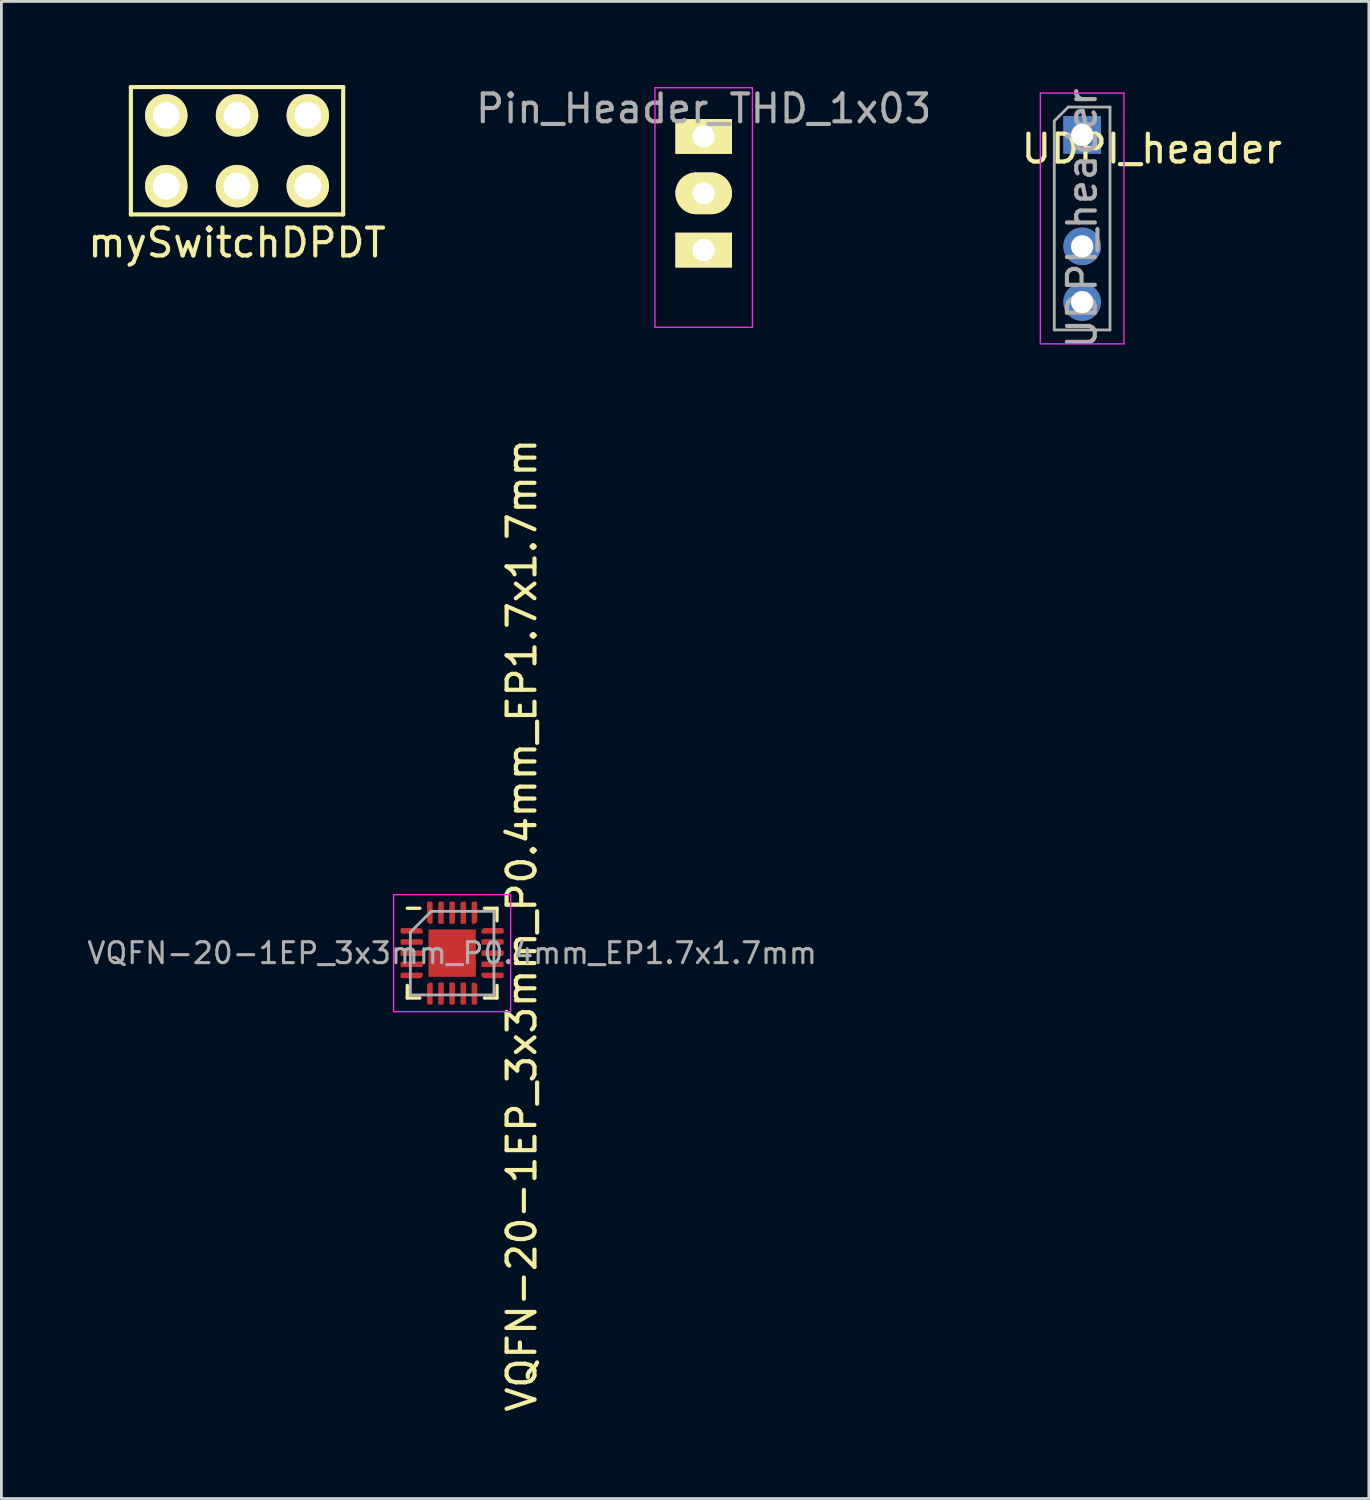
<source format=kicad_pcb>
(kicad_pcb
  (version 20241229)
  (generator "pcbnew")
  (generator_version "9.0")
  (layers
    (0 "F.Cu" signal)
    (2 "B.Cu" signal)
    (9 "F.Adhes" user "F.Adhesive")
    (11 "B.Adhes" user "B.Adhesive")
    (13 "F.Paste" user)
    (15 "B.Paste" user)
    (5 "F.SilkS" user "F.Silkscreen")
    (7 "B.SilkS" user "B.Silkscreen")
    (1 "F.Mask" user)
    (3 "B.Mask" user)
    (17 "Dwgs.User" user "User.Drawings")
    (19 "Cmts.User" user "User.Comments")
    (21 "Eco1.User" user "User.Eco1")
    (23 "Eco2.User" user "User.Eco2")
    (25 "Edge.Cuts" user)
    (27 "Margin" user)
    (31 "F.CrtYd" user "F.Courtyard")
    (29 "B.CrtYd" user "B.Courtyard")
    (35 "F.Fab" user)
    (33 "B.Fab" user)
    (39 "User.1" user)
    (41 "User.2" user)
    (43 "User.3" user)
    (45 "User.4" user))
  (footprint "UDPI_header"
    (layer "F.Cu")
    (at 35.792 1.792)
    (property "Reference" "UDPI_header" (at 2.5 0.5 0) (layer "F.SilkS") (effects (font (size 1 1) (thickness 0.15))))
    (attr through_hole)
    (fp_line (start -1.5 -1.5) (end -1.5 7.5) (stroke (width 0.05) (type solid)) (layer "F.CrtYd"))
    (fp_line (start -1.5 7.5) (end 1.5 7.5) (stroke (width 0.05) (type solid)) (layer "F.CrtYd"))
    (fp_line (start 1.5 -1.5) (end -1.5 -1.5) (stroke (width 0.05) (type solid)) (layer "F.CrtYd"))
    (fp_line (start 1.5 7.5) (end 1.5 -1.5) (stroke (width 0.05) (type solid)) (layer "F.CrtYd"))
    (fp_line (start -1 -0.5) (end -0.5 -1) (stroke (width 0.1) (type solid)) (layer "F.Fab"))
    (fp_line (start -1 7) (end -1 -0.5) (stroke (width 0.1) (type solid)) (layer "F.Fab"))
    (fp_line (start -0.5 -1) (end 1 -1) (stroke (width 0.1) (type solid)) (layer "F.Fab"))
    (fp_line (start 1 -1) (end 1 7) (stroke (width 0.1) (type solid)) (layer "F.Fab"))
    (fp_line (start 1 7) (end -1 7) (stroke (width 0.1) (type solid)) (layer "F.Fab"))
    (fp_text user "${REFERENCE}" (at 0 3 270) (layer "F.Fab") (effects (font (size 1 1) (thickness 0.15))))
    (pad "1" thru_hole rect (at 0 0) (size 1.35 1.35) (drill 0.8) (layers "*.Cu" "*.Mask"))
    (pad "3" thru_hole oval (at 0 4) (size 1.35 1.35) (drill 0.8) (layers "*.Cu" "*.Mask"))
    (pad "4" thru_hole oval (at 0 6) (size 1.35 1.35) (drill 0.8) (layers "*.Cu" "*.Mask")))
  (footprint "mySwitchDPDT"
    (layer "F.Cu")
    (at 5.458 2.361)
    (property "Reference" "mySwitchDPDT" (at 0 3.302 0) (layer "F.SilkS") (effects (font (size 1 1) (thickness 0.15))))
    (attr through_hole)
    (fp_line (start -3.81 -2.286) (end -3.81 2.286) (stroke (width 0.15) (type solid)) (layer "F.SilkS"))
    (fp_line (start -3.81 -2.286) (end 3.81 -2.286) (stroke (width 0.15) (type solid)) (layer "F.SilkS"))
    (fp_line (start 3.81 -2.286) (end 3.81 2.286) (stroke (width 0.15) (type solid)) (layer "F.SilkS"))
    (fp_line (start 3.81 2.286) (end -3.81 2.286) (stroke (width 0.15) (type solid)) (layer "F.SilkS"))
    (pad "1" thru_hole circle (at -2.54 1.27) (size 1.524 1.524) (drill 0.965) (layers "*.Cu" "*.Mask" "F.SilkS"))
    (pad "2" thru_hole circle (at 0 1.27) (size 1.524 1.524) (drill 0.965) (layers "*.Cu" "*.Mask" "F.SilkS"))
    (pad "3" thru_hole circle (at 2.54 1.27) (size 1.524 1.524) (drill 0.965) (layers "*.Cu" "*.Mask" "F.SilkS"))
    (pad "4" thru_hole circle (at 2.54 -1.27) (size 1.524 1.524) (drill 0.965) (layers "*.Cu" "*.Mask" "F.SilkS"))
    (pad "5" thru_hole circle (at 0 -1.27) (size 1.524 1.524) (drill 0.965) (layers "*.Cu" "*.Mask" "F.SilkS"))
    (pad "6" thru_hole circle (at -2.54 -1.27) (size 1.524 1.524) (drill 0.965) (layers "*.Cu" "*.Mask" "F.SilkS")))
  (footprint "Pin_Header_THD_1x03"
    (layer "F.Cu")
    (at 22.208 1.848)
    (property "Reference" "Pin_Header_THD_1x03" (at 0 -1 0) (layer "F.Fab") (effects (font (size 1 1) (thickness 0.15))))
    (attr through_hole)
    (fp_line (start -1.75 -1.75) (end -1.75 6.85) (stroke (width 0.05) (type solid)) (layer "F.CrtYd"))
    (fp_line (start -1.75 -1.75) (end 1.75 -1.75) (stroke (width 0.05) (type solid)) (layer "F.CrtYd"))
    (fp_line (start -1.75 6.85) (end 1.75 6.85) (stroke (width 0.05) (type solid)) (layer "F.CrtYd"))
    (fp_line (start 1.75 -1.75) (end 1.75 6.85) (stroke (width 0.05) (type solid)) (layer "F.CrtYd"))
    (pad "1" thru_hole rect (at 0 0) (size 2.032 1.25) (drill 0.8) (layers "*.Cu" "*.Mask" "F.SilkS"))
    (pad "2" thru_hole oval (at 0 2.04) (size 2.032 1.5) (drill 0.8) (layers "*.Cu" "*.Mask" "F.SilkS"))
    (pad "3" thru_hole rect (at 0 4.08) (size 2.032 1.25) (drill 0.8) (layers "*.Cu" "*.Mask" "F.SilkS")))
  (footprint "VQFN-20-1EP_3x3mm_P0.4mm_EP1.7x1.7mm"
    (layer "F.Cu")
    (at 13.179 31.161)
    (property "Reference" "VQFN-20-1EP_3x3mm_P0.4mm_EP1.7x1.7mm" (at 2.5 -1 90) (layer "F.SilkS") (effects (font (size 1 1) (thickness 0.15))))
    (attr smd)
    (fp_line (start -1.61 1.61) (end -1.61 1.16) (stroke (width 0.12) (type solid)) (layer "F.SilkS"))
    (fp_line (start -1.16 -1.61) (end -1.61 -1.61) (stroke (width 0.12) (type solid)) (layer "F.SilkS"))
    (fp_line (start -1.16 1.61) (end -1.61 1.61) (stroke (width 0.12) (type solid)) (layer "F.SilkS"))
    (fp_line (start 1.16 -1.61) (end 1.61 -1.61) (stroke (width 0.12) (type solid)) (layer "F.SilkS"))
    (fp_line (start 1.16 1.61) (end 1.61 1.61) (stroke (width 0.12) (type solid)) (layer "F.SilkS"))
    (fp_line (start 1.61 -1.61) (end 1.61 -1.16) (stroke (width 0.12) (type solid)) (layer "F.SilkS"))
    (fp_line (start 1.61 1.61) (end 1.61 1.16) (stroke (width 0.12) (type solid)) (layer "F.SilkS"))
    (fp_line (start -2.1 -2.1) (end -2.1 2.1) (stroke (width 0.05) (type solid)) (layer "F.CrtYd"))
    (fp_line (start -2.1 2.1) (end 2.1 2.1) (stroke (width 0.05) (type solid)) (layer "F.CrtYd"))
    (fp_line (start 2.1 -2.1) (end -2.1 -2.1) (stroke (width 0.05) (type solid)) (layer "F.CrtYd"))
    (fp_line (start 2.1 2.1) (end 2.1 -2.1) (stroke (width 0.05) (type solid)) (layer "F.CrtYd"))
    (fp_line (start -1.5 -0.75) (end -0.75 -1.5) (stroke (width 0.1) (type solid)) (layer "F.Fab"))
    (fp_line (start -1.5 1.5) (end -1.5 -0.75) (stroke (width 0.1) (type solid)) (layer "F.Fab"))
    (fp_line (start -0.75 -1.5) (end 1.5 -1.5) (stroke (width 0.1) (type solid)) (layer "F.Fab"))
    (fp_line (start 1.5 -1.5) (end 1.5 1.5) (stroke (width 0.1) (type solid)) (layer "F.Fab"))
    (fp_line (start 1.5 1.5) (end -1.5 1.5) (stroke (width 0.1) (type solid)) (layer "F.Fab"))
    (fp_text user "${REFERENCE}" (at 0 0 0) (layer "F.Fab") (effects (font (size 0.75 0.75) (thickness 0.11))))
    (pad "" smd roundrect (at -0.425 -0.425) (size 0.69 0.69) (layers "F.Paste") (roundrect_rratio 0.25))
    (pad "" smd roundrect (at -0.425 0.425) (size 0.69 0.69) (layers "F.Paste") (roundrect_rratio 0.25))
    (pad "" smd roundrect (at 0.425 -0.425) (size 0.69 0.69) (layers "F.Paste") (roundrect_rratio 0.25))
    (pad "" smd roundrect (at 0.425 0.425) (size 0.69 0.69) (layers "F.Paste") (roundrect_rratio 0.25))
    (pad "1" smd custom (at -1.45 -0.8) (size 0.143 0.143) (layers "F.Cu" "F.Mask" "F.Paste") (options (anchor circle)) (primitives (gr_poly (pts (xy -0.35 -0.05) (xy 0.299 -0.05) (xy 0.35 0.001) (xy 0.35 0.05) (xy -0.35 0.05)) (width 0.1) (fill yes))))
    (pad "2" smd roundrect (at -1.45 -0.4) (size 0.8 0.2) (layers "F.Cu" "F.Mask" "F.Paste") (roundrect_rratio 0.25))
    (pad "3" smd roundrect (at -1.45 0) (size 0.8 0.2) (layers "F.Cu" "F.Mask" "F.Paste") (roundrect_rratio 0.25))
    (pad "4" smd roundrect (at -1.45 0.4) (size 0.8 0.2) (layers "F.Cu" "F.Mask" "F.Paste") (roundrect_rratio 0.25))
    (pad "5" smd custom (at -1.45 0.8) (size 0.143 0.143) (layers "F.Cu" "F.Mask" "F.Paste") (options (anchor circle)) (primitives (gr_poly (pts (xy -0.35 -0.05) (xy 0.35 -0.05) (xy 0.35 -0.001) (xy 0.299 0.05) (xy -0.35 0.05)) (width 0.1) (fill yes))))
    (pad "6" smd custom (at -0.8 1.45) (size 0.143 0.143) (layers "F.Cu" "F.Mask" "F.Paste") (options (anchor circle)) (primitives (gr_poly (pts (xy -0.05 -0.299) (xy 0.001 -0.35) (xy 0.05 -0.35) (xy 0.05 0.35) (xy -0.05 0.35)) (width 0.1) (fill yes))))
    (pad "7" smd roundrect (at -0.4 1.45) (size 0.2 0.8) (layers "F.Cu" "F.Mask" "F.Paste") (roundrect_rratio 0.25))
    (pad "8" smd roundrect (at 0 1.45) (size 0.2 0.8) (layers "F.Cu" "F.Mask" "F.Paste") (roundrect_rratio 0.25))
    (pad "9" smd roundrect (at 0.4 1.45) (size 0.2 0.8) (layers "F.Cu" "F.Mask" "F.Paste") (roundrect_rratio 0.25))
    (pad "10" smd custom (at 0.8 1.45) (size 0.143 0.143) (layers "F.Cu" "F.Mask" "F.Paste") (options (anchor circle)) (primitives (gr_poly (pts (xy -0.05 -0.35) (xy -0.001 -0.35) (xy 0.05 -0.299) (xy 0.05 0.35) (xy -0.05 0.35)) (width 0.1) (fill yes))))
    (pad "11" smd custom (at 1.45 0.8) (size 0.143 0.143) (layers "F.Cu" "F.Mask" "F.Paste") (options (anchor circle)) (primitives (gr_poly (pts (xy -0.35 -0.05) (xy 0.35 -0.05) (xy 0.35 0.05) (xy -0.299 0.05) (xy -0.35 -0.001)) (width 0.1) (fill yes))))
    (pad "12" smd roundrect (at 1.45 0.4) (size 0.8 0.2) (layers "F.Cu" "F.Mask" "F.Paste") (roundrect_rratio 0.25))
    (pad "13" smd roundrect (at 1.45 0) (size 0.8 0.2) (layers "F.Cu" "F.Mask" "F.Paste") (roundrect_rratio 0.25))
    (pad "14" smd roundrect (at 1.45 -0.4) (size 0.8 0.2) (layers "F.Cu" "F.Mask" "F.Paste") (roundrect_rratio 0.25))
    (pad "15" smd custom (at 1.45 -0.8) (size 0.143 0.143) (layers "F.Cu" "F.Mask" "F.Paste") (options (anchor circle)) (primitives (gr_poly (pts (xy -0.35 0.001) (xy -0.299 -0.05) (xy 0.35 -0.05) (xy 0.35 0.05) (xy -0.35 0.05)) (width 0.1) (fill yes))))
    (pad "16" smd custom (at 0.8 -1.45) (size 0.143 0.143) (layers "F.Cu" "F.Mask" "F.Paste") (options (anchor circle)) (primitives (gr_poly (pts (xy -0.05 -0.35) (xy 0.05 -0.35) (xy 0.05 0.299) (xy -0.001 0.35) (xy -0.05 0.35)) (width 0.1) (fill yes))))
    (pad "17" smd roundrect (at 0.4 -1.45) (size 0.2 0.8) (layers "F.Cu" "F.Mask" "F.Paste") (roundrect_rratio 0.25))
    (pad "18" smd roundrect (at 0 -1.45) (size 0.2 0.8) (layers "F.Cu" "F.Mask" "F.Paste") (roundrect_rratio 0.25))
    (pad "19" smd roundrect (at -0.4 -1.45) (size 0.2 0.8) (layers "F.Cu" "F.Mask" "F.Paste") (roundrect_rratio 0.25))
    (pad "20" smd custom (at -0.8 -1.45) (size 0.143 0.143) (layers "F.Cu" "F.Mask" "F.Paste") (options (anchor circle)) (primitives (gr_poly (pts (xy -0.05 -0.35) (xy 0.05 -0.35) (xy 0.05 0.35) (xy 0.001 0.35) (xy -0.05 0.299)) (width 0.1) (fill yes))))
    (pad "21" smd rect (at 0 0) (size 1.7 1.7) (layers "F.Cu" "F.Mask")))
  (gr_rect
    (start -3 -3)
    (end 46.083 50.738)
    (stroke (width 0.1) (type default))
    (fill no)
    (layer "Edge.Cuts")))
</source>
